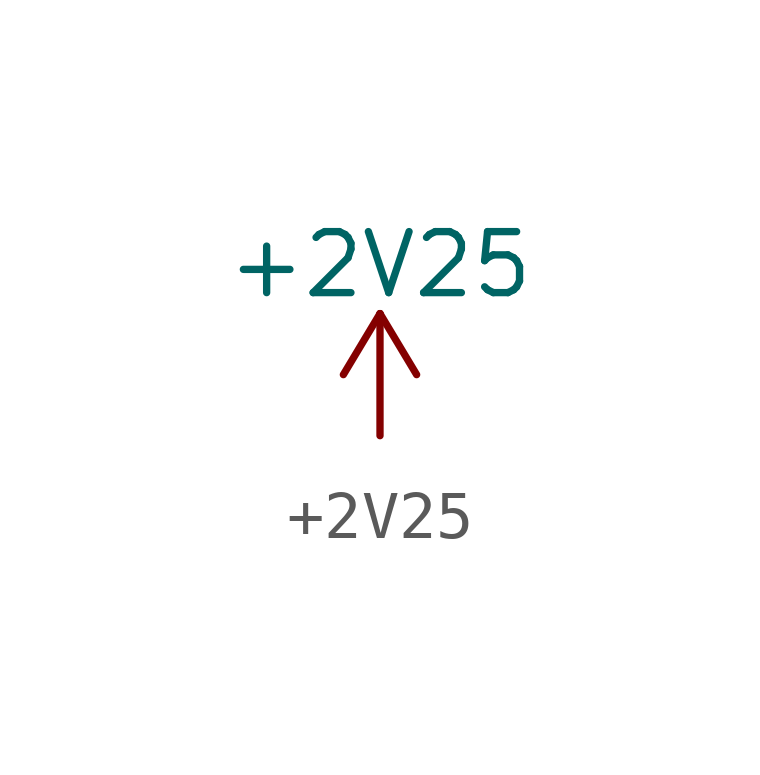
<source format=kicad_sym>
(kicad_symbol_lib
  (version 20220914)
  (generator kicad_symbol_editor)
  (symbol "+2V25"
    (power)
    (pin_names
      (offset 0))
    (property "Reference" "#PWR"
      (at 0 -3.81 0)
      (effects (font (size 1.27 1.27)) hide))
    (property "Value" "+2V25"
      (at 0 3.556 0)
      (effects (font (size 1.27 1.27))))
    (symbol "+2V25_0_1"
      (polyline (pts (xy -0.762 1.27) (xy 0 2.54)) (stroke (width 0) (type default)) (fill (type none)))
      (polyline (pts (xy 0 0) (xy 0 2.54)) (stroke (width 0) (type default)) (fill (type none)))
      (polyline (pts (xy 0 2.54) (xy 0.762 1.27)) (stroke (width 0) (type default)) (fill (type none))))
    (symbol "+2V25_1_1"
      (pin power_in line (at 0 0 90) (length 0) hide (name "+2V25" (effects (font (size 1.27 1.27)))) (number "1" (effects (font (size 1.27 1.27))))))))
</source>
